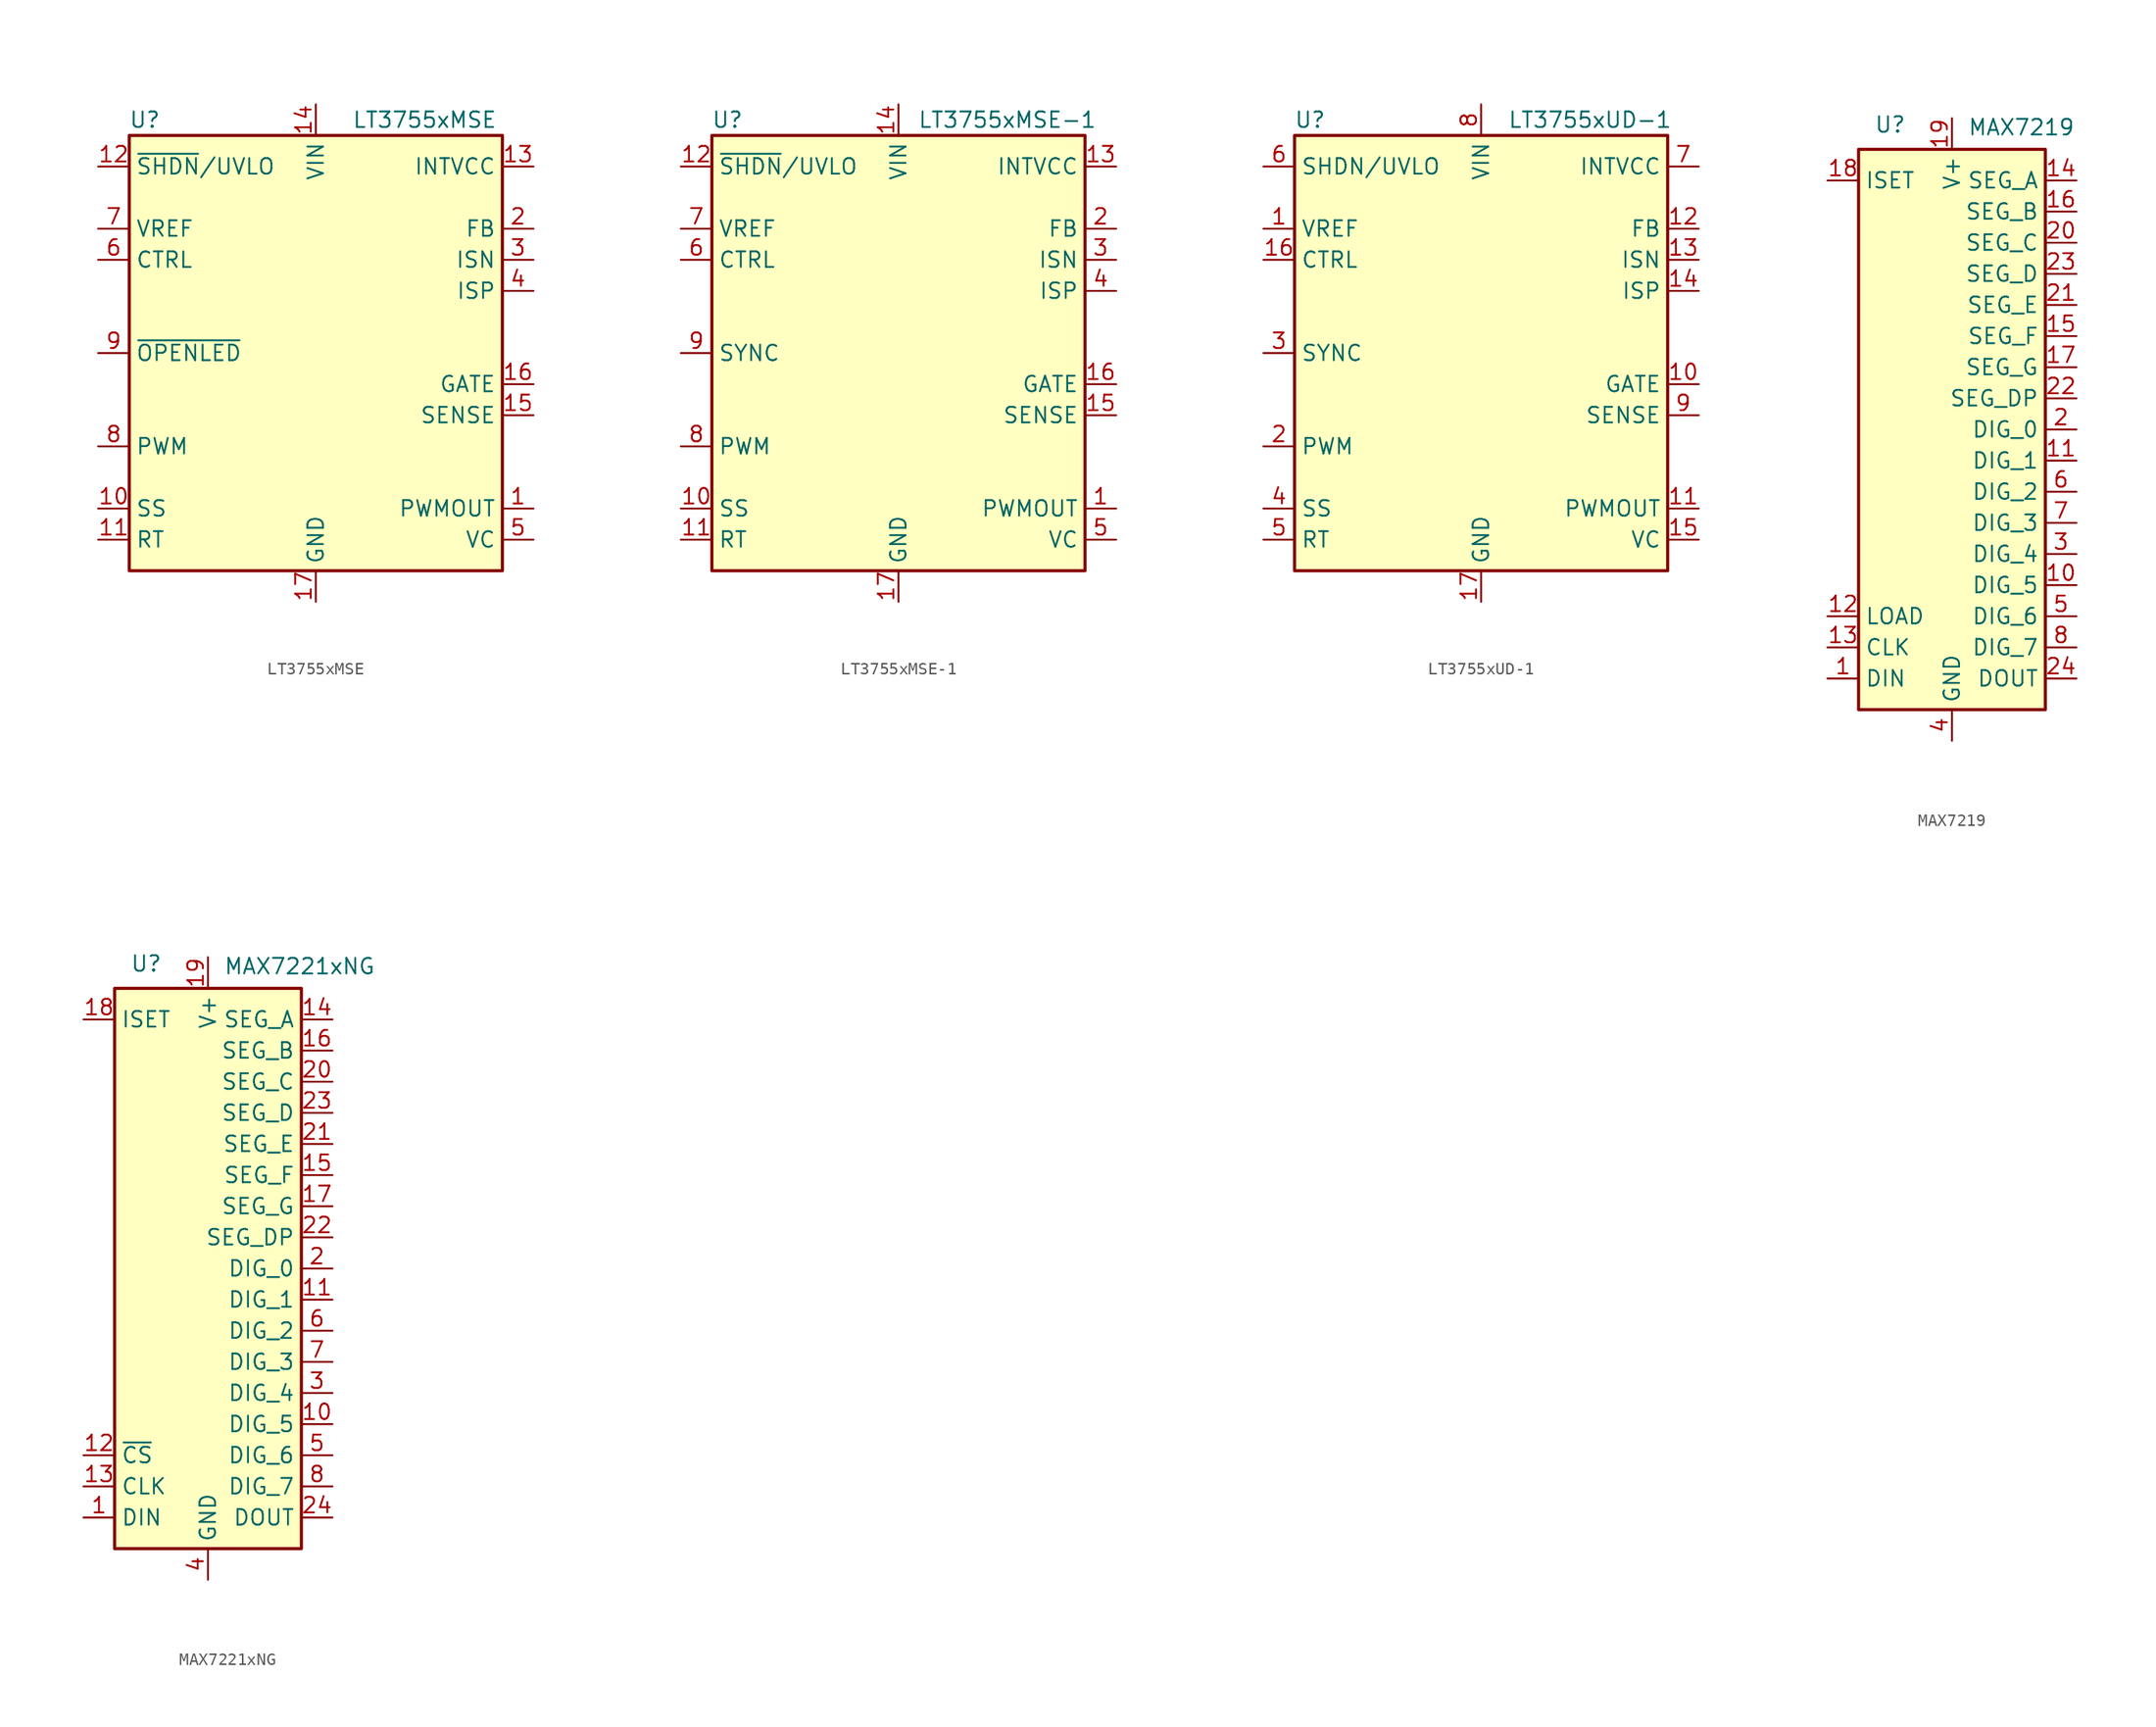
<source format=kicad_sym>
(kicad_symbol_lib
  (version 20211014)
  (generator kicad_symbol_editor)
  (symbol "LT3755xMSE"
    (property "Reference" "U"
      (at -13.97 19.05 0)
      (effects (font (size 1.27 1.27))))
    (property "Value" "LT3755xMSE"
      (at 8.89 19.05 0)
      (effects (font (size 1.27 1.27))))
    (symbol "LT3755xMSE_0_1"
      (rectangle (start -15.24 -17.78) (end 15.24 17.78) (stroke (width 0.254) (type default) (color 0 0 0 0)) (fill (type background))))
    (symbol "LT3755xMSE_1_1"
      (pin output line (at 17.78 -12.7 180) (length 2.54) (name "PWMOUT" (effects (font (size 1.27 1.27)))) (number "1" (effects (font (size 1.27 1.27)))))
      (pin input line (at -17.78 -12.7 0) (length 2.54) (name "SS" (effects (font (size 1.27 1.27)))) (number "10" (effects (font (size 1.27 1.27)))))
      (pin input line (at -17.78 -15.24 0) (length 2.54) (name "RT" (effects (font (size 1.27 1.27)))) (number "11" (effects (font (size 1.27 1.27)))))
      (pin input line (at -17.78 15.24 0) (length 2.54) (name "~{SHDN}/UVLO" (effects (font (size 1.27 1.27)))) (number "12" (effects (font (size 1.27 1.27)))))
      (pin power_out line (at 17.78 15.24 180) (length 2.54) (name "INTVCC" (effects (font (size 1.27 1.27)))) (number "13" (effects (font (size 1.27 1.27)))))
      (pin power_in line (at 0 20.32 270) (length 2.54) (name "VIN" (effects (font (size 1.27 1.27)))) (number "14" (effects (font (size 1.27 1.27)))))
      (pin input line (at 17.78 -5.08 180) (length 2.54) (name "SENSE" (effects (font (size 1.27 1.27)))) (number "15" (effects (font (size 1.27 1.27)))))
      (pin output line (at 17.78 -2.54 180) (length 2.54) (name "GATE" (effects (font (size 1.27 1.27)))) (number "16" (effects (font (size 1.27 1.27)))))
      (pin power_in line (at 0 -20.32 90) (length 2.54) (name "GND" (effects (font (size 1.27 1.27)))) (number "17" (effects (font (size 1.27 1.27)))))
      (pin input line (at 17.78 10.16 180) (length 2.54) (name "FB" (effects (font (size 1.27 1.27)))) (number "2" (effects (font (size 1.27 1.27)))))
      (pin input line (at 17.78 7.62 180) (length 2.54) (name "ISN" (effects (font (size 1.27 1.27)))) (number "3" (effects (font (size 1.27 1.27)))))
      (pin input line (at 17.78 5.08 180) (length 2.54) (name "ISP" (effects (font (size 1.27 1.27)))) (number "4" (effects (font (size 1.27 1.27)))))
      (pin output line (at 17.78 -15.24 180) (length 2.54) (name "VC" (effects (font (size 1.27 1.27)))) (number "5" (effects (font (size 1.27 1.27)))))
      (pin input line (at -17.78 7.62 0) (length 2.54) (name "CTRL" (effects (font (size 1.27 1.27)))) (number "6" (effects (font (size 1.27 1.27)))))
      (pin output line (at -17.78 10.16 0) (length 2.54) (name "VREF" (effects (font (size 1.27 1.27)))) (number "7" (effects (font (size 1.27 1.27)))))
      (pin input line (at -17.78 -7.62 0) (length 2.54) (name "PWM" (effects (font (size 1.27 1.27)))) (number "8" (effects (font (size 1.27 1.27)))))
      (pin open_collector line (at -17.78 0 0) (length 2.54) (name "~{OPENLED}" (effects (font (size 1.27 1.27)))) (number "9" (effects (font (size 1.27 1.27)))))))
  (symbol "LT3755xMSE-1"
    (property "Reference" "U"
      (at -13.97 19.05 0)
      (effects (font (size 1.27 1.27))))
    (property "Value" "LT3755xMSE-1"
      (at 8.89 19.05 0)
      (effects (font (size 1.27 1.27))))
    (symbol "LT3755xMSE-1_0_1"
      (rectangle (start -15.24 -17.78) (end 15.24 17.78) (stroke (width 0.254) (type default) (color 0 0 0 0)) (fill (type background))))
    (symbol "LT3755xMSE-1_1_1"
      (pin output line (at 17.78 -12.7 180) (length 2.54) (name "PWMOUT" (effects (font (size 1.27 1.27)))) (number "1" (effects (font (size 1.27 1.27)))))
      (pin input line (at -17.78 -12.7 0) (length 2.54) (name "SS" (effects (font (size 1.27 1.27)))) (number "10" (effects (font (size 1.27 1.27)))))
      (pin input line (at -17.78 -15.24 0) (length 2.54) (name "RT" (effects (font (size 1.27 1.27)))) (number "11" (effects (font (size 1.27 1.27)))))
      (pin input line (at -17.78 15.24 0) (length 2.54) (name "~{SHDN}/UVLO" (effects (font (size 1.27 1.27)))) (number "12" (effects (font (size 1.27 1.27)))))
      (pin power_out line (at 17.78 15.24 180) (length 2.54) (name "INTVCC" (effects (font (size 1.27 1.27)))) (number "13" (effects (font (size 1.27 1.27)))))
      (pin power_in line (at 0 20.32 270) (length 2.54) (name "VIN" (effects (font (size 1.27 1.27)))) (number "14" (effects (font (size 1.27 1.27)))))
      (pin input line (at 17.78 -5.08 180) (length 2.54) (name "SENSE" (effects (font (size 1.27 1.27)))) (number "15" (effects (font (size 1.27 1.27)))))
      (pin output line (at 17.78 -2.54 180) (length 2.54) (name "GATE" (effects (font (size 1.27 1.27)))) (number "16" (effects (font (size 1.27 1.27)))))
      (pin power_in line (at 0 -20.32 90) (length 2.54) (name "GND" (effects (font (size 1.27 1.27)))) (number "17" (effects (font (size 1.27 1.27)))))
      (pin input line (at 17.78 10.16 180) (length 2.54) (name "FB" (effects (font (size 1.27 1.27)))) (number "2" (effects (font (size 1.27 1.27)))))
      (pin input line (at 17.78 7.62 180) (length 2.54) (name "ISN" (effects (font (size 1.27 1.27)))) (number "3" (effects (font (size 1.27 1.27)))))
      (pin input line (at 17.78 5.08 180) (length 2.54) (name "ISP" (effects (font (size 1.27 1.27)))) (number "4" (effects (font (size 1.27 1.27)))))
      (pin output line (at 17.78 -15.24 180) (length 2.54) (name "VC" (effects (font (size 1.27 1.27)))) (number "5" (effects (font (size 1.27 1.27)))))
      (pin input line (at -17.78 7.62 0) (length 2.54) (name "CTRL" (effects (font (size 1.27 1.27)))) (number "6" (effects (font (size 1.27 1.27)))))
      (pin output line (at -17.78 10.16 0) (length 2.54) (name "VREF" (effects (font (size 1.27 1.27)))) (number "7" (effects (font (size 1.27 1.27)))))
      (pin input line (at -17.78 -7.62 0) (length 2.54) (name "PWM" (effects (font (size 1.27 1.27)))) (number "8" (effects (font (size 1.27 1.27)))))
      (pin input line (at -17.78 0 0) (length 2.54) (name "SYNC" (effects (font (size 1.27 1.27)))) (number "9" (effects (font (size 1.27 1.27)))))))
  (symbol "LT3755xUD-1"
    (property "Reference" "U"
      (at -13.97 19.05 0)
      (effects (font (size 1.27 1.27))))
    (property "Value" "LT3755xUD-1"
      (at 8.89 19.05 0)
      (effects (font (size 1.27 1.27))))
    (symbol "LT3755xUD-1_0_1"
      (rectangle (start -15.24 -17.78) (end 15.24 17.78) (stroke (width 0.254) (type default) (color 0 0 0 0)) (fill (type background))))
    (symbol "LT3755xUD-1_1_1"
      (pin output line (at -17.78 10.16 0) (length 2.54) (name "VREF" (effects (font (size 1.27 1.27)))) (number "1" (effects (font (size 1.27 1.27)))))
      (pin output line (at 17.78 -2.54 180) (length 2.54) (name "GATE" (effects (font (size 1.27 1.27)))) (number "10" (effects (font (size 1.27 1.27)))))
      (pin output line (at 17.78 -12.7 180) (length 2.54) (name "PWMOUT" (effects (font (size 1.27 1.27)))) (number "11" (effects (font (size 1.27 1.27)))))
      (pin input line (at 17.78 10.16 180) (length 2.54) (name "FB" (effects (font (size 1.27 1.27)))) (number "12" (effects (font (size 1.27 1.27)))))
      (pin input line (at 17.78 7.62 180) (length 2.54) (name "ISN" (effects (font (size 1.27 1.27)))) (number "13" (effects (font (size 1.27 1.27)))))
      (pin input line (at 17.78 5.08 180) (length 2.54) (name "ISP" (effects (font (size 1.27 1.27)))) (number "14" (effects (font (size 1.27 1.27)))))
      (pin output line (at 17.78 -15.24 180) (length 2.54) (name "VC" (effects (font (size 1.27 1.27)))) (number "15" (effects (font (size 1.27 1.27)))))
      (pin input line (at -17.78 7.62 0) (length 2.54) (name "CTRL" (effects (font (size 1.27 1.27)))) (number "16" (effects (font (size 1.27 1.27)))))
      (pin power_in line (at 0 -20.32 90) (length 2.54) (name "GND" (effects (font (size 1.27 1.27)))) (number "17" (effects (font (size 1.27 1.27)))))
      (pin input line (at -17.78 -7.62 0) (length 2.54) (name "PWM" (effects (font (size 1.27 1.27)))) (number "2" (effects (font (size 1.27 1.27)))))
      (pin input line (at -17.78 0 0) (length 2.54) (name "SYNC" (effects (font (size 1.27 1.27)))) (number "3" (effects (font (size 1.27 1.27)))))
      (pin input line (at -17.78 -12.7 0) (length 2.54) (name "SS" (effects (font (size 1.27 1.27)))) (number "4" (effects (font (size 1.27 1.27)))))
      (pin input line (at -17.78 -15.24 0) (length 2.54) (name "RT" (effects (font (size 1.27 1.27)))) (number "5" (effects (font (size 1.27 1.27)))))
      (pin input line (at -17.78 15.24 0) (length 2.54) (name "SHDN/UVLO" (effects (font (size 1.27 1.27)))) (number "6" (effects (font (size 1.27 1.27)))))
      (pin power_out line (at 17.78 15.24 180) (length 2.54) (name "INTVCC" (effects (font (size 1.27 1.27)))) (number "7" (effects (font (size 1.27 1.27)))))
      (pin power_in line (at 0 20.32 270) (length 2.54) (name "VIN" (effects (font (size 1.27 1.27)))) (number "8" (effects (font (size 1.27 1.27)))))
      (pin input line (at 17.78 -5.08 180) (length 2.54) (name "SENSE" (effects (font (size 1.27 1.27)))) (number "9" (effects (font (size 1.27 1.27)))))))
  (symbol "MAX7219"
    (property "Reference" "U"
      (at -6.35 24.13 0)
      (effects (font (size 1.27 1.27)) (justify left bottom)))
    (property "Value" "MAX7219"
      (at 1.27 25.4 0)
      (effects (font (size 1.27 1.27)) (justify left top)))
    (symbol "MAX7219_0_1"
      (rectangle (start -7.62 22.86) (end 7.62 -22.86) (stroke (width 0.254) (type default) (color 0 0 0 0)) (fill (type background))))
    (symbol "MAX7219_1_1"
      (pin input line (at -10.16 -20.32 0) (length 2.54) (name "DIN" (effects (font (size 1.27 1.27)))) (number "1" (effects (font (size 1.27 1.27)))))
      (pin output line (at 10.16 -12.7 180) (length 2.54) (name "DIG_5" (effects (font (size 1.27 1.27)))) (number "10" (effects (font (size 1.27 1.27)))))
      (pin output line (at 10.16 -2.54 180) (length 2.54) (name "DIG_1" (effects (font (size 1.27 1.27)))) (number "11" (effects (font (size 1.27 1.27)))))
      (pin input line (at -10.16 -15.24 0) (length 2.54) (name "LOAD" (effects (font (size 1.27 1.27)))) (number "12" (effects (font (size 1.27 1.27)))))
      (pin input line (at -10.16 -17.78 0) (length 2.54) (name "CLK" (effects (font (size 1.27 1.27)))) (number "13" (effects (font (size 1.27 1.27)))))
      (pin output line (at 10.16 20.32 180) (length 2.54) (name "SEG_A" (effects (font (size 1.27 1.27)))) (number "14" (effects (font (size 1.27 1.27)))))
      (pin output line (at 10.16 7.62 180) (length 2.54) (name "SEG_F" (effects (font (size 1.27 1.27)))) (number "15" (effects (font (size 1.27 1.27)))))
      (pin output line (at 10.16 17.78 180) (length 2.54) (name "SEG_B" (effects (font (size 1.27 1.27)))) (number "16" (effects (font (size 1.27 1.27)))))
      (pin output line (at 10.16 5.08 180) (length 2.54) (name "SEG_G" (effects (font (size 1.27 1.27)))) (number "17" (effects (font (size 1.27 1.27)))))
      (pin input line (at -10.16 20.32 0) (length 2.54) (name "ISET" (effects (font (size 1.27 1.27)))) (number "18" (effects (font (size 1.27 1.27)))))
      (pin power_in line (at 0 25.4 270) (length 2.54) (name "V+" (effects (font (size 1.27 1.27)))) (number "19" (effects (font (size 1.27 1.27)))))
      (pin output line (at 10.16 0 180) (length 2.54) (name "DIG_0" (effects (font (size 1.27 1.27)))) (number "2" (effects (font (size 1.27 1.27)))))
      (pin output line (at 10.16 15.24 180) (length 2.54) (name "SEG_C" (effects (font (size 1.27 1.27)))) (number "20" (effects (font (size 1.27 1.27)))))
      (pin output line (at 10.16 10.16 180) (length 2.54) (name "SEG_E" (effects (font (size 1.27 1.27)))) (number "21" (effects (font (size 1.27 1.27)))))
      (pin output line (at 10.16 2.54 180) (length 2.54) (name "SEG_DP" (effects (font (size 1.27 1.27)))) (number "22" (effects (font (size 1.27 1.27)))))
      (pin output line (at 10.16 12.7 180) (length 2.54) (name "SEG_D" (effects (font (size 1.27 1.27)))) (number "23" (effects (font (size 1.27 1.27)))))
      (pin output line (at 10.16 -20.32 180) (length 2.54) (name "DOUT" (effects (font (size 1.27 1.27)))) (number "24" (effects (font (size 1.27 1.27)))))
      (pin output line (at 10.16 -10.16 180) (length 2.54) (name "DIG_4" (effects (font (size 1.27 1.27)))) (number "3" (effects (font (size 1.27 1.27)))))
      (pin power_in line (at 0 -25.4 90) (length 2.54) (name "GND" (effects (font (size 1.27 1.27)))) (number "4" (effects (font (size 1.27 1.27)))))
      (pin output line (at 10.16 -15.24 180) (length 2.54) (name "DIG_6" (effects (font (size 1.27 1.27)))) (number "5" (effects (font (size 1.27 1.27)))))
      (pin output line (at 10.16 -5.08 180) (length 2.54) (name "DIG_2" (effects (font (size 1.27 1.27)))) (number "6" (effects (font (size 1.27 1.27)))))
      (pin output line (at 10.16 -7.62 180) (length 2.54) (name "DIG_3" (effects (font (size 1.27 1.27)))) (number "7" (effects (font (size 1.27 1.27)))))
      (pin output line (at 10.16 -17.78 180) (length 2.54) (name "DIG_7" (effects (font (size 1.27 1.27)))) (number "8" (effects (font (size 1.27 1.27)))))
      (pin passive line (at 0 -25.4 90) (length 2.54) hide (name "GND" (effects (font (size 1.27 1.27)))) (number "9" (effects (font (size 1.27 1.27)))))))
  (symbol "MAX7221xNG"
    (property "Reference" "U"
      (at -6.35 24.13 0)
      (effects (font (size 1.27 1.27)) (justify left bottom)))
    (property "Value" "MAX7221xNG"
      (at 1.27 25.4 0)
      (effects (font (size 1.27 1.27)) (justify left top)))
    (symbol "MAX7221xNG_0_1"
      (rectangle (start -7.62 22.86) (end 7.62 -22.86) (stroke (width 0.254) (type default) (color 0 0 0 0)) (fill (type background))))
    (symbol "MAX7221xNG_1_1"
      (pin input line (at -10.16 -20.32 0) (length 2.54) (name "DIN" (effects (font (size 1.27 1.27)))) (number "1" (effects (font (size 1.27 1.27)))))
      (pin open_collector line (at 10.16 -12.7 180) (length 2.54) (name "DIG_5" (effects (font (size 1.27 1.27)))) (number "10" (effects (font (size 1.27 1.27)))))
      (pin open_collector line (at 10.16 -2.54 180) (length 2.54) (name "DIG_1" (effects (font (size 1.27 1.27)))) (number "11" (effects (font (size 1.27 1.27)))))
      (pin input line (at -10.16 -15.24 0) (length 2.54) (name "~{CS}" (effects (font (size 1.27 1.27)))) (number "12" (effects (font (size 1.27 1.27)))))
      (pin input line (at -10.16 -17.78 0) (length 2.54) (name "CLK" (effects (font (size 1.27 1.27)))) (number "13" (effects (font (size 1.27 1.27)))))
      (pin open_emitter line (at 10.16 20.32 180) (length 2.54) (name "SEG_A" (effects (font (size 1.27 1.27)))) (number "14" (effects (font (size 1.27 1.27)))))
      (pin open_emitter line (at 10.16 7.62 180) (length 2.54) (name "SEG_F" (effects (font (size 1.27 1.27)))) (number "15" (effects (font (size 1.27 1.27)))))
      (pin open_emitter line (at 10.16 17.78 180) (length 2.54) (name "SEG_B" (effects (font (size 1.27 1.27)))) (number "16" (effects (font (size 1.27 1.27)))))
      (pin open_emitter line (at 10.16 5.08 180) (length 2.54) (name "SEG_G" (effects (font (size 1.27 1.27)))) (number "17" (effects (font (size 1.27 1.27)))))
      (pin input line (at -10.16 20.32 0) (length 2.54) (name "ISET" (effects (font (size 1.27 1.27)))) (number "18" (effects (font (size 1.27 1.27)))))
      (pin power_in line (at 0 25.4 270) (length 2.54) (name "V+" (effects (font (size 1.27 1.27)))) (number "19" (effects (font (size 1.27 1.27)))))
      (pin open_collector line (at 10.16 0 180) (length 2.54) (name "DIG_0" (effects (font (size 1.27 1.27)))) (number "2" (effects (font (size 1.27 1.27)))))
      (pin open_emitter line (at 10.16 15.24 180) (length 2.54) (name "SEG_C" (effects (font (size 1.27 1.27)))) (number "20" (effects (font (size 1.27 1.27)))))
      (pin open_emitter line (at 10.16 10.16 180) (length 2.54) (name "SEG_E" (effects (font (size 1.27 1.27)))) (number "21" (effects (font (size 1.27 1.27)))))
      (pin open_emitter line (at 10.16 2.54 180) (length 2.54) (name "SEG_DP" (effects (font (size 1.27 1.27)))) (number "22" (effects (font (size 1.27 1.27)))))
      (pin open_emitter line (at 10.16 12.7 180) (length 2.54) (name "SEG_D" (effects (font (size 1.27 1.27)))) (number "23" (effects (font (size 1.27 1.27)))))
      (pin output line (at 10.16 -20.32 180) (length 2.54) (name "DOUT" (effects (font (size 1.27 1.27)))) (number "24" (effects (font (size 1.27 1.27)))))
      (pin open_collector line (at 10.16 -10.16 180) (length 2.54) (name "DIG_4" (effects (font (size 1.27 1.27)))) (number "3" (effects (font (size 1.27 1.27)))))
      (pin power_in line (at 0 -25.4 90) (length 2.54) (name "GND" (effects (font (size 1.27 1.27)))) (number "4" (effects (font (size 1.27 1.27)))))
      (pin open_collector line (at 10.16 -15.24 180) (length 2.54) (name "DIG_6" (effects (font (size 1.27 1.27)))) (number "5" (effects (font (size 1.27 1.27)))))
      (pin open_collector line (at 10.16 -5.08 180) (length 2.54) (name "DIG_2" (effects (font (size 1.27 1.27)))) (number "6" (effects (font (size 1.27 1.27)))))
      (pin open_collector line (at 10.16 -7.62 180) (length 2.54) (name "DIG_3" (effects (font (size 1.27 1.27)))) (number "7" (effects (font (size 1.27 1.27)))))
      (pin open_collector line (at 10.16 -17.78 180) (length 2.54) (name "DIG_7" (effects (font (size 1.27 1.27)))) (number "8" (effects (font (size 1.27 1.27)))))
      (pin passive line (at 0 -25.4 90) (length 2.54) hide (name "GND" (effects (font (size 1.27 1.27)))) (number "9" (effects (font (size 1.27 1.27))))))))
</source>
